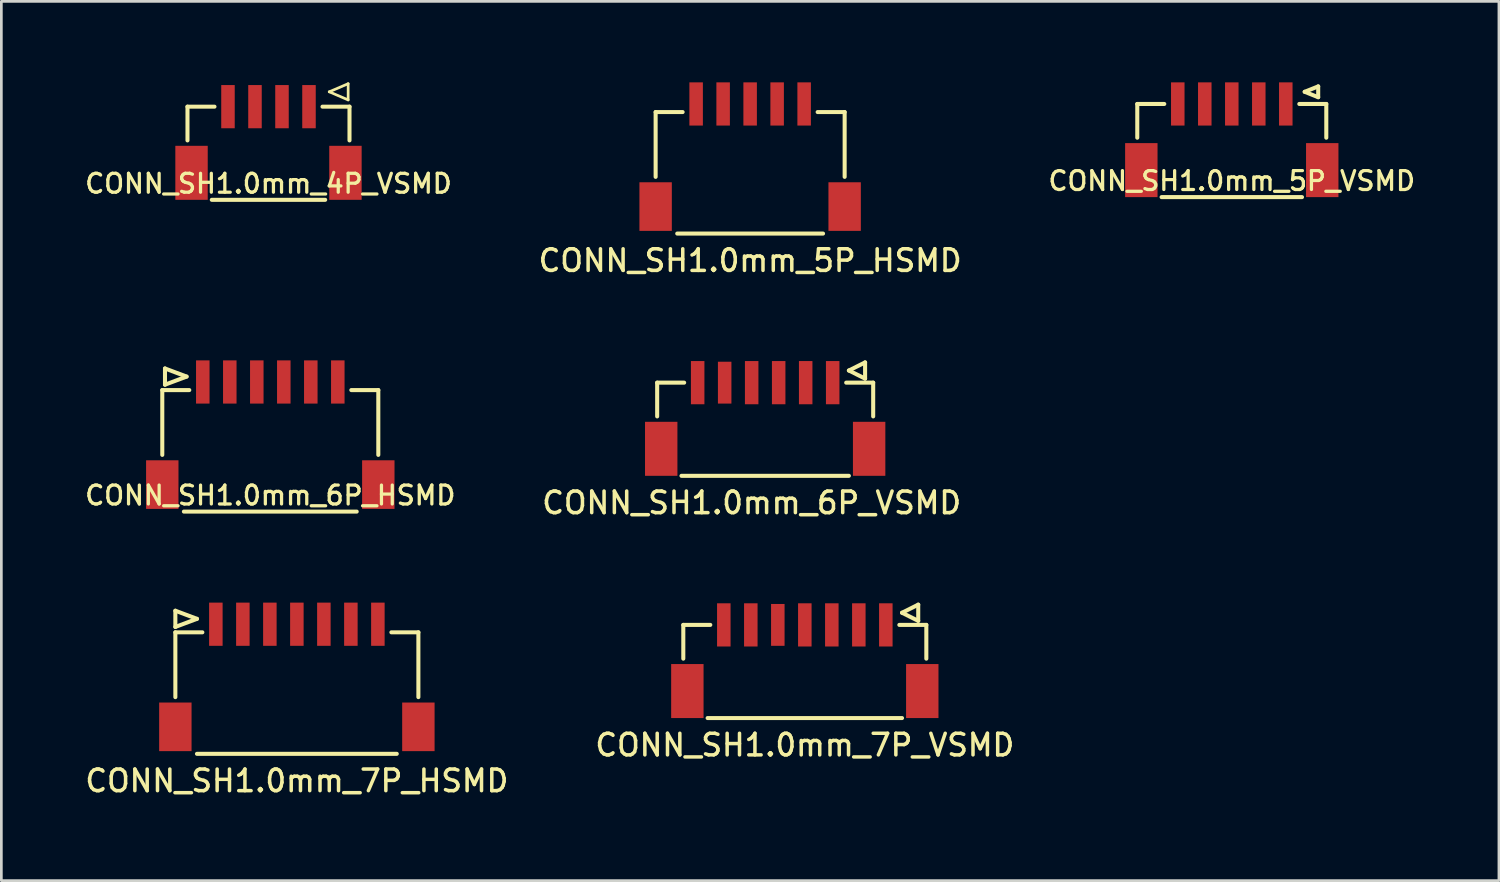
<source format=kicad_pcb>
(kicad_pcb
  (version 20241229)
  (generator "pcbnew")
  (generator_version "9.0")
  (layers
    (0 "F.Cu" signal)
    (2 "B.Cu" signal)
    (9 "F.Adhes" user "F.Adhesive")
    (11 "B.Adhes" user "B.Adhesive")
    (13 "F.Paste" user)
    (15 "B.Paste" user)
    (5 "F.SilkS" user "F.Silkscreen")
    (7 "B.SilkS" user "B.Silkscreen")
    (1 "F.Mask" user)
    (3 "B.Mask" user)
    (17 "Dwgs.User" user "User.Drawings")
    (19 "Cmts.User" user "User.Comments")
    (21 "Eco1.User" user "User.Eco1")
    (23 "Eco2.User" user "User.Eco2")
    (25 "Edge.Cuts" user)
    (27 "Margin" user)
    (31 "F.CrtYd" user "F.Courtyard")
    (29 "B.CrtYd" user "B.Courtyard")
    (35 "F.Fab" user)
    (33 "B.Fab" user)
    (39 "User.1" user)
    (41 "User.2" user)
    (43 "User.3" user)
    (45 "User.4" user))
  (footprint "CONN_SH1.0mm_5P_VSMD"
    (layer "F.Cu")
    (at 42.567 4.25)
    (property "Reference" "CONN_SH1.0mm_5P_VSMD" (at 0 -0.6 0) (layer "F.SilkS") (effects (font (size 0.7 0.7) (thickness 0.12))))
    (attr through_hole)
    (fp_line (start -3.5 -3.45) (end -2.5 -3.45) (stroke (width 0.15) (type solid)) (layer "F.SilkS"))
    (fp_line (start -3.5 -2.2) (end -3.5 -3.45) (stroke (width 0.15) (type solid)) (layer "F.SilkS"))
    (fp_line (start -2.6 0) (end 2.6 0) (stroke (width 0.15) (type solid)) (layer "F.SilkS"))
    (fp_line (start 2.7 -3.9) (end 3.2 -4.1) (stroke (width 0.15) (type solid)) (layer "F.SilkS"))
    (fp_line (start 3.2 -4.1) (end 3.2 -3.7) (stroke (width 0.15) (type solid)) (layer "F.SilkS"))
    (fp_line (start 3.2 -3.7) (end 2.7 -3.9) (stroke (width 0.15) (type solid)) (layer "F.SilkS"))
    (fp_line (start 3.5 -3.45) (end 2.5 -3.45) (stroke (width 0.15) (type solid)) (layer "F.SilkS"))
    (fp_line (start 3.5 -2.2) (end 3.5 -3.45) (stroke (width 0.15) (type solid)) (layer "F.SilkS"))
    (pad "1" smd rect (at 2 -3.45) (size 0.5 1.6) (layers "F.Cu" "F.Mask" "F.Paste"))
    (pad "2" smd rect (at 1 -3.45) (size 0.5 1.6) (layers "F.Cu" "F.Mask" "F.Paste"))
    (pad "3" smd rect (at 0 -3.45) (size 0.5 1.6) (layers "F.Cu" "F.Mask" "F.Paste"))
    (pad "4" smd rect (at -1 -3.45) (size 0.5 1.6) (layers "F.Cu" "F.Mask" "F.Paste"))
    (pad "5" smd rect (at -2 -3.45) (size 0.5 1.6) (layers "F.Cu" "F.Mask" "F.Paste"))
    (pad "SH" smd rect (at -3.35 -1) (size 1.2 2) (layers "F.Cu" "F.Mask" "F.Paste"))
    (pad "SH" smd rect (at 3.35 -1) (size 1.2 2) (layers "F.Cu" "F.Mask" "F.Paste")))
  (footprint "CONN_SH1.0mm_5P_HSMD"
    (layer "F.Cu")
    (at 24.73 5.6)
    (property "Reference" "CONN_SH1.0mm_5P_HSMD" (at 0 1 0) (layer "F.SilkS") (effects (font (size 0.8 0.8) (thickness 0.13))))
    (attr through_hole)
    (fp_line (start -3.5 -4.5) (end -3.5 -2.1) (stroke (width 0.15) (type solid)) (layer "F.SilkS"))
    (fp_line (start -2.7 0) (end 2.7 0) (stroke (width 0.15) (type solid)) (layer "F.SilkS"))
    (fp_line (start -2.5 -4.5) (end -3.5 -4.5) (stroke (width 0.15) (type solid)) (layer "F.SilkS"))
    (fp_line (start 2.5 -4.5) (end 3.5 -4.5) (stroke (width 0.15) (type solid)) (layer "F.SilkS"))
    (fp_line (start 3.5 -4.5) (end 3.5 -2.1) (stroke (width 0.15) (type solid)) (layer "F.SilkS"))
    (pad "1" smd rect (at -2 -4.8) (size 0.5 1.6) (layers "F.Cu" "F.Mask" "F.Paste"))
    (pad "2" smd rect (at -1 -4.8) (size 0.5 1.6) (layers "F.Cu" "F.Mask" "F.Paste"))
    (pad "3" smd rect (at 0 -4.8) (size 0.5 1.6) (layers "F.Cu" "F.Mask" "F.Paste"))
    (pad "4" smd rect (at 1 -4.8) (size 0.5 1.6) (layers "F.Cu" "F.Mask" "F.Paste"))
    (pad "5" smd rect (at 2 -4.8) (size 0.5 1.6) (layers "F.Cu" "F.Mask" "F.Paste"))
    (pad "SH" smd rect (at -3.5 -1) (size 1.2 1.8) (layers "F.Cu" "F.Mask" "F.Paste"))
    (pad "SH" smd rect (at 3.5 -1) (size 1.2 1.8) (layers "F.Cu" "F.Mask" "F.Paste")))
  (footprint "CONN_SH1.0mm_7P_VSMD"
    (layer "F.Cu")
    (at 26.755 23.542)
    (property "Reference" "CONN_SH1.0mm_7P_VSMD" (at 0 1 0) (layer "F.SilkS") (effects (font (size 0.8 0.8) (thickness 0.13))))
    (attr through_hole)
    (fp_line (start -4.5 -3.45) (end -3.5 -3.45) (stroke (width 0.15) (type solid)) (layer "F.SilkS"))
    (fp_line (start -4.5 -2.2) (end -4.5 -3.45) (stroke (width 0.15) (type solid)) (layer "F.SilkS"))
    (fp_line (start -3.6 0) (end 3.6 0) (stroke (width 0.15) (type solid)) (layer "F.SilkS"))
    (fp_line (start 3.6 -3.9) (end 4.2 -4.2) (stroke (width 0.15) (type solid)) (layer "F.SilkS"))
    (fp_line (start 4.2 -4.2) (end 4.2 -3.6) (stroke (width 0.15) (type solid)) (layer "F.SilkS"))
    (fp_line (start 4.2 -3.6) (end 3.6 -3.9) (stroke (width 0.15) (type solid)) (layer "F.SilkS"))
    (fp_line (start 4.5 -3.45) (end 3.5 -3.45) (stroke (width 0.15) (type solid)) (layer "F.SilkS"))
    (fp_line (start 4.5 -2.2) (end 4.5 -3.45) (stroke (width 0.15) (type solid)) (layer "F.SilkS"))
    (pad "1" smd rect (at 3 -3.45) (size 0.5 1.6) (layers "F.Cu" "F.Mask" "F.Paste"))
    (pad "2" smd rect (at 2 -3.45) (size 0.5 1.6) (layers "F.Cu" "F.Mask" "F.Paste"))
    (pad "3" smd rect (at 1 -3.45) (size 0.5 1.6) (layers "F.Cu" "F.Mask" "F.Paste"))
    (pad "4" smd rect (at 0 -3.45) (size 0.5 1.6) (layers "F.Cu" "F.Mask" "F.Paste"))
    (pad "5" smd rect (at -1 -3.45) (size 0.5 1.55) (layers "F.Cu" "F.Mask" "F.Paste"))
    (pad "6" smd rect (at -2 -3.45) (size 0.5 1.6) (layers "F.Cu" "F.Mask" "F.Paste"))
    (pad "7" smd rect (at -3 -3.45) (size 0.5 1.6) (layers "F.Cu" "F.Mask" "F.Paste"))
    (pad "SH" smd rect (at -4.35 -1) (size 1.2 2) (layers "F.Cu" "F.Mask" "F.Paste"))
    (pad "SH" smd rect (at 4.35 -1) (size 1.2 2) (layers "F.Cu" "F.Mask" "F.Paste")))
  (footprint "CONN_SH1.0mm_4P_VSMD"
    (layer "F.Cu")
    (at 6.893 4.35)
    (property "Reference" "CONN_SH1.0mm_4P_VSMD" (at 0 -0.6 0) (layer "F.SilkS") (effects (font (size 0.7 0.7) (thickness 0.12))))
    (attr through_hole)
    (fp_line (start -3 -3.45) (end -2 -3.45) (stroke (width 0.15) (type solid)) (layer "F.SilkS"))
    (fp_line (start -3 -2.2) (end -3 -3.45) (stroke (width 0.15) (type solid)) (layer "F.SilkS"))
    (fp_line (start -2.1 0) (end 2.1 0) (stroke (width 0.15) (type solid)) (layer "F.SilkS"))
    (fp_line (start 2.25 -4) (end 2.95 -4.3) (stroke (width 0.1) (type solid)) (layer "F.SilkS"))
    (fp_line (start 2.95 -4.3) (end 2.95 -3.7) (stroke (width 0.1) (type solid)) (layer "F.SilkS"))
    (fp_line (start 2.95 -3.7) (end 2.25 -4) (stroke (width 0.1) (type solid)) (layer "F.SilkS"))
    (fp_line (start 3 -3.45) (end 2 -3.45) (stroke (width 0.15) (type solid)) (layer "F.SilkS"))
    (fp_line (start 3 -2.2) (end 3 -3.45) (stroke (width 0.15) (type solid)) (layer "F.SilkS"))
    (pad "1" smd rect (at 1.5 -3.45) (size 0.5 1.6) (layers "F.Cu" "F.Mask" "F.Paste"))
    (pad "2" smd rect (at 0.5 -3.45) (size 0.5 1.6) (layers "F.Cu" "F.Mask" "F.Paste"))
    (pad "3" smd rect (at -0.5 -3.45) (size 0.5 1.6) (layers "F.Cu" "F.Mask" "F.Paste"))
    (pad "4" smd rect (at -1.5 -3.45) (size 0.5 1.6) (layers "F.Cu" "F.Mask" "F.Paste"))
    (pad "SH" smd rect (at -2.85 -1) (size 1.2 2) (layers "F.Cu" "F.Mask" "F.Paste"))
    (pad "SH" smd rect (at 2.85 -1) (size 1.2 2) (layers "F.Cu" "F.Mask" "F.Paste")))
  (footprint "CONN_SH1.0mm_6P_VSMD"
    (layer "F.Cu")
    (at 25.287 14.571)
    (property "Reference" "CONN_SH1.0mm_6P_VSMD" (at -0.5 1 0) (layer "F.SilkS") (effects (font (size 0.8 0.8) (thickness 0.13))))
    (attr through_hole)
    (fp_line (start -4 -3.45) (end -3 -3.45) (stroke (width 0.15) (type solid)) (layer "F.SilkS"))
    (fp_line (start -4 -2.2) (end -4 -3.45) (stroke (width 0.15) (type solid)) (layer "F.SilkS"))
    (fp_line (start -3.1 0) (end 3.1 0) (stroke (width 0.15) (type solid)) (layer "F.SilkS"))
    (fp_line (start 3.1 -3.9) (end 3.7 -4.2) (stroke (width 0.15) (type solid)) (layer "F.SilkS"))
    (fp_line (start 3.7 -4.2) (end 3.7 -3.6) (stroke (width 0.15) (type solid)) (layer "F.SilkS"))
    (fp_line (start 3.7 -3.6) (end 3.1 -3.9) (stroke (width 0.15) (type solid)) (layer "F.SilkS"))
    (fp_line (start 4 -3.45) (end 3 -3.45) (stroke (width 0.15) (type solid)) (layer "F.SilkS"))
    (fp_line (start 4 -2.2) (end 4 -3.45) (stroke (width 0.15) (type solid)) (layer "F.SilkS"))
    (pad "1" smd rect (at 2.5 -3.45) (size 0.5 1.6) (layers "F.Cu" "F.Mask" "F.Paste"))
    (pad "2" smd rect (at 1.5 -3.45) (size 0.5 1.6) (layers "F.Cu" "F.Mask" "F.Paste"))
    (pad "3" smd rect (at 0.5 -3.45) (size 0.5 1.6) (layers "F.Cu" "F.Mask" "F.Paste"))
    (pad "4" smd rect (at -0.5 -3.45) (size 0.5 1.6) (layers "F.Cu" "F.Mask" "F.Paste"))
    (pad "5" smd rect (at -1.5 -3.45) (size 0.5 1.55) (layers "F.Cu" "F.Mask" "F.Paste"))
    (pad "6" smd rect (at -2.5 -3.45) (size 0.5 1.6) (layers "F.Cu" "F.Mask" "F.Paste"))
    (pad "SH" smd rect (at -3.85 -1) (size 1.2 2) (layers "F.Cu" "F.Mask" "F.Paste"))
    (pad "SH" smd rect (at 3.85 -1) (size 1.2 2) (layers "F.Cu" "F.Mask" "F.Paste")))
  (footprint "CONN_SH1.0mm_6P_HSMD"
    (layer "F.Cu")
    (at 6.96 15.896)
    (property "Reference" "CONN_SH1.0mm_6P_HSMD" (at 0 -0.6 0) (layer "F.SilkS") (effects (font (size 0.7 0.7) (thickness 0.12))))
    (attr through_hole)
    (fp_line (start -4 -4.5) (end -4 -2.1) (stroke (width 0.15) (type solid)) (layer "F.SilkS"))
    (fp_line (start -3.9 -5.3) (end -3.9 -4.7) (stroke (width 0.15) (type solid)) (layer "F.SilkS"))
    (fp_line (start -3.9 -4.7) (end -3.1 -5) (stroke (width 0.15) (type solid)) (layer "F.SilkS"))
    (fp_line (start -3.2 0) (end 3.2 0) (stroke (width 0.15) (type solid)) (layer "F.SilkS"))
    (fp_line (start -3.1 -5) (end -3.9 -5.3) (stroke (width 0.15) (type solid)) (layer "F.SilkS"))
    (fp_line (start -3 -4.5) (end -4 -4.5) (stroke (width 0.15) (type solid)) (layer "F.SilkS"))
    (fp_line (start 3 -4.5) (end 4 -4.5) (stroke (width 0.15) (type solid)) (layer "F.SilkS"))
    (fp_line (start 4 -4.5) (end 4 -2.1) (stroke (width 0.15) (type solid)) (layer "F.SilkS"))
    (pad "1" smd rect (at -2.5 -4.8) (size 0.5 1.6) (layers "F.Cu" "F.Mask" "F.Paste"))
    (pad "2" smd rect (at -1.5 -4.8) (size 0.5 1.6) (layers "F.Cu" "F.Mask" "F.Paste"))
    (pad "3" smd rect (at -0.5 -4.8) (size 0.5 1.6) (layers "F.Cu" "F.Mask" "F.Paste"))
    (pad "4" smd rect (at 0.5 -4.8) (size 0.5 1.6) (layers "F.Cu" "F.Mask" "F.Paste"))
    (pad "5" smd rect (at 1.5 -4.8) (size 0.5 1.6) (layers "F.Cu" "F.Mask" "F.Paste"))
    (pad "6" smd rect (at 2.5 -4.8) (size 0.5 1.6) (layers "F.Cu" "F.Mask" "F.Paste"))
    (pad "SH" smd rect (at -4 -1) (size 1.2 1.8) (layers "F.Cu" "F.Mask" "F.Paste"))
    (pad "SH" smd rect (at 4 -1) (size 1.2 1.8) (layers "F.Cu" "F.Mask" "F.Paste")))
  (footprint "CONN_SH1.0mm_7P_HSMD"
    (layer "F.Cu")
    (at 7.944 24.867)
    (property "Reference" "CONN_SH1.0mm_7P_HSMD" (at 0 1 0) (layer "F.SilkS") (effects (font (size 0.8 0.8) (thickness 0.13))))
    (attr through_hole)
    (fp_line (start -4.5 -5.3) (end -4.5 -4.7) (stroke (width 0.15) (type solid)) (layer "F.SilkS"))
    (fp_line (start -4.5 -4.7) (end -3.7 -5) (stroke (width 0.15) (type solid)) (layer "F.SilkS"))
    (fp_line (start -4.5 -4.5) (end -4.5 -2.1) (stroke (width 0.15) (type solid)) (layer "F.SilkS"))
    (fp_line (start -3.7 -5) (end -4.5 -5.3) (stroke (width 0.15) (type solid)) (layer "F.SilkS"))
    (fp_line (start -3.7 0) (end 3.7 0) (stroke (width 0.15) (type solid)) (layer "F.SilkS"))
    (fp_line (start -3.5 -4.5) (end -4.5 -4.5) (stroke (width 0.15) (type solid)) (layer "F.SilkS"))
    (fp_line (start 3.5 -4.5) (end 4.5 -4.5) (stroke (width 0.15) (type solid)) (layer "F.SilkS"))
    (fp_line (start 4.5 -4.5) (end 4.5 -2.1) (stroke (width 0.15) (type solid)) (layer "F.SilkS"))
    (pad "1" smd rect (at -3 -4.8) (size 0.5 1.6) (layers "F.Cu" "F.Mask" "F.Paste"))
    (pad "2" smd rect (at -2 -4.8) (size 0.5 1.6) (layers "F.Cu" "F.Mask" "F.Paste"))
    (pad "3" smd rect (at -1 -4.8) (size 0.5 1.6) (layers "F.Cu" "F.Mask" "F.Paste"))
    (pad "4" smd rect (at 0 -4.8) (size 0.5 1.6) (layers "F.Cu" "F.Mask" "F.Paste"))
    (pad "5" smd rect (at 1 -4.8) (size 0.5 1.6) (layers "F.Cu" "F.Mask" "F.Paste"))
    (pad "6" smd rect (at 2 -4.8) (size 0.5 1.6) (layers "F.Cu" "F.Mask" "F.Paste"))
    (pad "7" smd rect (at 3 -4.8) (size 0.5 1.6) (layers "F.Cu" "F.Mask" "F.Paste"))
    (pad "SH" smd rect (at -4.5 -1) (size 1.2 1.8) (layers "F.Cu" "F.Mask" "F.Paste"))
    (pad "SH" smd rect (at 4.5 -1) (size 1.2 1.8) (layers "F.Cu" "F.Mask" "F.Paste")))
  (gr_rect
    (start -3 -3)
    (end 52.46 29.563)
    (stroke (width 0.1) (type default))
    (fill no)
    (layer "Edge.Cuts")))
</source>
